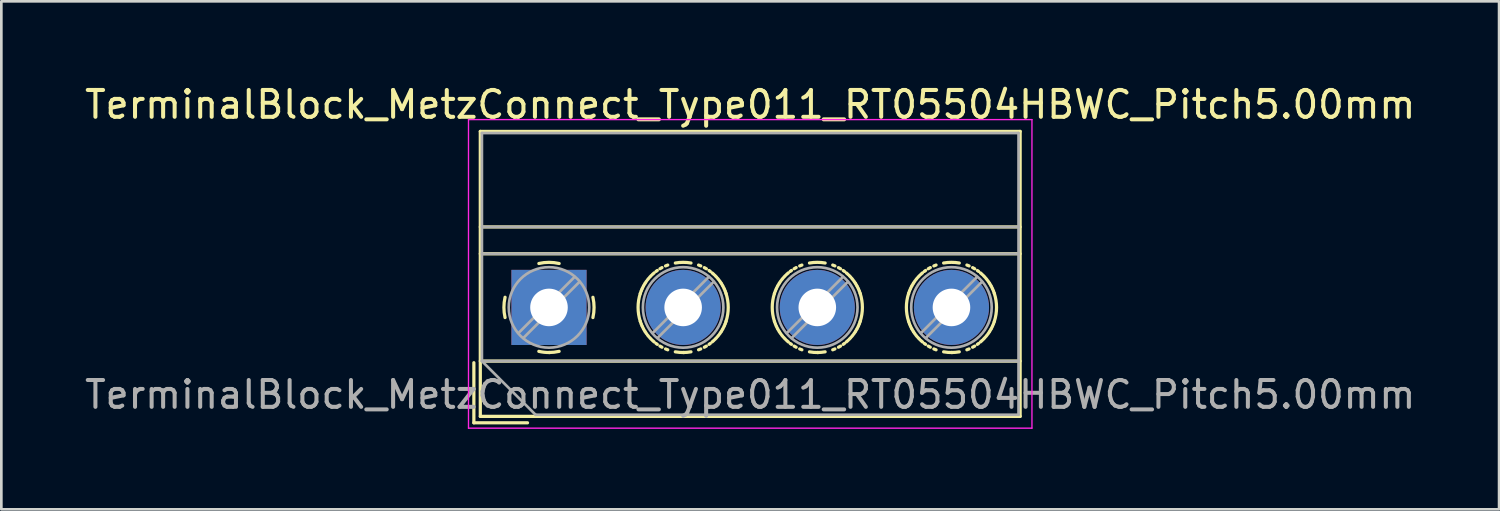
<source format=kicad_pcb>
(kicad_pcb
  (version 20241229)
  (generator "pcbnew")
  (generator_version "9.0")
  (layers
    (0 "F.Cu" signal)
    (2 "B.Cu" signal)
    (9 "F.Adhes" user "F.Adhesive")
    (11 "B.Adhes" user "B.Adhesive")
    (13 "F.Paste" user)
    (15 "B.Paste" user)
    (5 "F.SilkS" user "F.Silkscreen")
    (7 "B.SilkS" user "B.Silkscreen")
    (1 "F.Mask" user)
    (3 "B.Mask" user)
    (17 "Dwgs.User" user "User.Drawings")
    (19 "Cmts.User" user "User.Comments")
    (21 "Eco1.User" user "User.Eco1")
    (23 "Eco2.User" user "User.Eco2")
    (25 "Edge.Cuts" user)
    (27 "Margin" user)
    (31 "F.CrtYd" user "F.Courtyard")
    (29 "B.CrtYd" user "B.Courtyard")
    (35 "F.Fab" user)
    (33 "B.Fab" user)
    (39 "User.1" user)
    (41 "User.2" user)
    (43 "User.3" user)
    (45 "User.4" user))
  (footprint "TerminalBlock_MetzConnect_Type011_RT05504HBWC_Pitch5.00mm"
    (layer "F.Cu")
    (at 17.411 8.408)
    (property "Reference" "TerminalBlock_MetzConnect_Type011_RT05504HBWC_Pitch5.00mm" (at 7.5 -7.56 0) (layer "F.SilkS") (effects (font (size 1 1) (thickness 0.15))))
    (attr through_hole)
    (fp_line (start -2.8 2.06) (end -2.8 4.3) (stroke (width 0.12) (type solid)) (layer "F.SilkS"))
    (fp_line (start -2.8 4.3) (end -0.8 4.3) (stroke (width 0.12) (type solid)) (layer "F.SilkS"))
    (fp_line (start -2.56 -6.56) (end -2.56 4.06) (stroke (width 0.12) (type solid)) (layer "F.SilkS"))
    (fp_line (start -2.56 -3) (end 17.56 -3) (stroke (width 0.12) (type solid)) (layer "F.SilkS"))
    (fp_line (start -2.56 -2) (end 17.56 -2) (stroke (width 0.12) (type solid)) (layer "F.SilkS"))
    (fp_line (start -2.56 2) (end 17.56 2) (stroke (width 0.12) (type solid)) (layer "F.SilkS"))
    (fp_line (start -2.56 4.06) (end 17.56 4.06) (stroke (width 0.12) (type solid)) (layer "F.SilkS"))
    (fp_line (start 17.56 -6.56) (end -2.56 -6.56) (stroke (width 0.12) (type solid)) (layer "F.SilkS"))
    (fp_line (start 17.56 4.06) (end 17.56 -6.56) (stroke (width 0.12) (type solid)) (layer "F.SilkS"))
    (fp_arc (start -1.637469 0.376971) (mid -1.680301 -0.001041) (end -1.637 -0.379) (stroke (width 0.12) (type solid)) (layer "F.SilkS"))
    (fp_arc (start -0.376971 -1.637469) (mid 0.001041 -1.680301) (end 0.379 -1.637) (stroke (width 0.12) (type solid)) (layer "F.SilkS"))
    (fp_arc (start 0.028284 1.680063) (mid -0.176675 1.670987) (end -0.379 1.637) (stroke (width 0.12) (type solid)) (layer "F.SilkS"))
    (fp_arc (start 0.377918 1.636942) (mid 0.190182 1.669201) (end 0 1.68) (stroke (width 0.12) (type solid)) (layer "F.SilkS"))
    (fp_arc (start 1.63703 -0.377869) (mid 1.680075 0.000067) (end 1.637 0.378) (stroke (width 0.12) (type solid)) (layer "F.SilkS"))
    (fp_arc (start 3.402352 0.518004) (mid 3.320474 -0.001049) (end 3.403 -0.52) (stroke (width 0.12) (type solid)) (layer "F.SilkS"))
    (fp_arc (start 3.40259 -0.520111) (mid 3.416752 -0.561748) (end 3.432 -0.603) (stroke (width 0.12) (type solid)) (layer "F.SilkS"))
    (fp_arc (start 3.432351 0.601869) (mid 3.417133 0.560627) (end 3.403 0.519) (stroke (width 0.12) (type solid)) (layer "F.SilkS"))
    (fp_arc (start 3.443063 -0.630047) (mid 3.454296 -0.657124) (end 3.466 -0.684) (stroke (width 0.12) (type solid)) (layer "F.SilkS"))
    (fp_arc (start 3.465935 0.683955) (mid 3.454232 0.657078) (end 3.443 0.63) (stroke (width 0.12) (type solid)) (layer "F.SilkS"))
    (fp_arc (start 3.477739 -0.710304) (mid 3.496854 -0.749909) (end 3.517 -0.789) (stroke (width 0.12) (type solid)) (layer "F.SilkS"))
    (fp_arc (start 3.517244 0.788682) (mid 3.497107 0.749598) (end 3.478 0.71) (stroke (width 0.12) (type solid)) (layer "F.SilkS"))
    (fp_arc (start 3.53132 -0.815253) (mid 3.553164 -0.853419) (end 3.576 -0.891) (stroke (width 0.12) (type solid)) (layer "F.SilkS"))
    (fp_arc (start 3.575667 0.890765) (mid 3.552837 0.853175) (end 3.531 0.815) (stroke (width 0.12) (type solid)) (layer "F.SilkS"))
    (fp_arc (start 3.591155 -0.915521) (mid 3.615603 -0.952087) (end 3.641 -0.988) (stroke (width 0.12) (type solid)) (layer "F.SilkS"))
    (fp_arc (start 3.640818 0.987487) (mid 3.615435 0.95157) (end 3.591 0.915) (stroke (width 0.12) (type solid)) (layer "F.SilkS"))
    (fp_arc (start 3.677057 -1.035461) (mid 3.69533 -1.058392) (end 3.714 -1.081) (stroke (width 0.12) (type solid)) (layer "F.SilkS"))
    (fp_arc (start 3.712928 1.080576) (mid 3.694265 1.057949) (end 3.676 1.035) (stroke (width 0.12) (type solid)) (layer "F.SilkS"))
    (fp_arc (start 3.752399 -1.125248) (mid 3.782282 -1.157521) (end 3.813 -1.189) (stroke (width 0.12) (type solid)) (layer "F.SilkS"))
    (fp_arc (start 3.812536 1.187775) (mid 3.781851 1.156284) (end 3.752 1.124) (stroke (width 0.12) (type solid)) (layer "F.SilkS"))
    (fp_arc (start 3.85507 -1.229764) (mid 3.887654 -1.259313) (end 3.921 -1.288) (stroke (width 0.12) (type solid)) (layer "F.SilkS"))
    (fp_arc (start 3.92089 1.28724) (mid 3.887564 1.258551) (end 3.855 1.229) (stroke (width 0.12) (type solid)) (layer "F.SilkS"))
    (fp_arc (start 3.98953 -1.342553) (mid 4.013115 -1.359984) (end 4.037 -1.377) (stroke (width 0.12) (type solid)) (layer "F.SilkS"))
    (fp_arc (start 4.036451 1.376466) (mid 4.012575 1.35944) (end 3.989 1.342) (stroke (width 0.12) (type solid)) (layer "F.SilkS"))
    (fp_arc (start 4.135413 -1.440725) (mid 4.173423 -1.462864) (end 4.212 -1.484) (stroke (width 0.12) (type solid)) (layer "F.SilkS"))
    (fp_arc (start 4.211549 1.483297) (mid 4.172991 1.46215) (end 4.135 1.44) (stroke (width 0.12) (type solid)) (layer "F.SilkS"))
    (fp_arc (start 4.344148 -1.546795) (mid 4.384863 -1.563433) (end 4.426 -1.579) (stroke (width 0.12) (type solid)) (layer "F.SilkS"))
    (fp_arc (start 4.425863 1.579212) (mid 4.384721 1.563642) (end 4.344 1.547) (stroke (width 0.12) (type solid)) (layer "F.SilkS"))
    (fp_arc (start 4.708347 -1.655061) (mid 5.000176 -1.680562) (end 5.292 -1.655) (stroke (width 0.12) (type solid)) (layer "F.SilkS"))
    (fp_arc (start 5.029154 1.680309) (mid 4.867969 1.675367) (end 4.708 1.655) (stroke (width 0.12) (type solid)) (layer "F.SilkS"))
    (fp_arc (start 5.291729 1.654477) (mid 5.146422 1.673607) (end 5 1.68) (stroke (width 0.12) (type solid)) (layer "F.SilkS"))
    (fp_arc (start 5.575136 -1.579265) (mid 5.616279 -1.563669) (end 5.657 -1.547) (stroke (width 0.12) (type solid)) (layer "F.SilkS"))
    (fp_arc (start 5.65685 1.546743) (mid 5.616136 1.563407) (end 5.575 1.579) (stroke (width 0.12) (type solid)) (layer "F.SilkS"))
    (fp_arc (start 5.789449 -1.483349) (mid 5.828008 -1.462175) (end 5.866 -1.44) (stroke (width 0.12) (type solid)) (layer "F.SilkS"))
    (fp_arc (start 5.865585 1.440673) (mid 5.827576 1.462838) (end 5.789 1.484) (stroke (width 0.12) (type solid)) (layer "F.SilkS"))
    (fp_arc (start 5.964548 -1.376501) (mid 5.988425 -1.359458) (end 6.012 -1.342) (stroke (width 0.12) (type solid)) (layer "F.SilkS"))
    (fp_arc (start 6.011469 1.342518) (mid 5.987885 1.359966) (end 5.964 1.377) (stroke (width 0.12) (type solid)) (layer "F.SilkS"))
    (fp_arc (start 6.080109 -1.287293) (mid 6.113436 -1.258578) (end 6.146 -1.229) (stroke (width 0.12) (type solid)) (layer "F.SilkS"))
    (fp_arc (start 6.145876 1.228713) (mid 6.113319 1.258288) (end 6.08 1.287) (stroke (width 0.12) (type solid)) (layer "F.SilkS"))
    (fp_arc (start 6.18841 -1.188826) (mid 6.219123 -1.15731) (end 6.249 -1.125) (stroke (width 0.12) (type solid)) (layer "F.SilkS"))
    (fp_arc (start 6.248547 1.124197) (mid 6.218691 1.156495) (end 6.188 1.188) (stroke (width 0.12) (type solid)) (layer "F.SilkS"))
    (fp_arc (start 6.287072 -1.080576) (mid 6.305735 -1.057949) (end 6.324 -1.035) (stroke (width 0.12) (type solid)) (layer "F.SilkS"))
    (fp_arc (start 6.323907 1.034426) (mid 6.305652 1.057374) (end 6.287 1.08) (stroke (width 0.12) (type solid)) (layer "F.SilkS"))
    (fp_arc (start 6.36018 -0.98754) (mid 6.385565 -0.951596) (end 6.41 -0.915) (stroke (width 0.12) (type solid)) (layer "F.SilkS"))
    (fp_arc (start 6.409844 0.915469) (mid 6.385397 0.952061) (end 6.36 0.988) (stroke (width 0.12) (type solid)) (layer "F.SilkS"))
    (fp_arc (start 6.425332 -0.890817) (mid 6.448162 -0.853201) (end 6.47 -0.815) (stroke (width 0.12) (type solid)) (layer "F.SilkS"))
    (fp_arc (start 6.469678 0.8152) (mid 6.447835 0.853392) (end 6.425 0.891) (stroke (width 0.12) (type solid)) (layer "F.SilkS"))
    (fp_arc (start 6.483754 -0.788735) (mid 6.503892 -0.749624) (end 6.523 -0.71) (stroke (width 0.12) (type solid)) (layer "F.SilkS"))
    (fp_arc (start 6.523259 0.710252) (mid 6.504145 0.749883) (end 6.484 0.789) (stroke (width 0.12) (type solid)) (layer "F.SilkS"))
    (fp_arc (start 6.535064 -0.68399) (mid 6.546768 -0.657095) (end 6.558 -0.63) (stroke (width 0.12) (type solid)) (layer "F.SilkS"))
    (fp_arc (start 6.557936 0.630013) (mid 6.546704 0.657107) (end 6.535 0.684) (stroke (width 0.12) (type solid)) (layer "F.SilkS"))
    (fp_arc (start 6.568595 -0.60292) (mid 6.58384 -0.561652) (end 6.598 -0.52) (stroke (width 0.12) (type solid)) (layer "F.SilkS"))
    (fp_arc (start 6.598408 0.520058) (mid 6.584247 0.561721) (end 6.569 0.603) (stroke (width 0.12) (type solid)) (layer "F.SilkS"))
    (fp_arc (start 6.598457 -0.518592) (mid 6.680477 0.00074) (end 6.598 0.52) (stroke (width 0.12) (type solid)) (layer "F.SilkS"))
    (fp_arc (start 8.402352 0.518004) (mid 8.320474 -0.001049) (end 8.403 -0.52) (stroke (width 0.12) (type solid)) (layer "F.SilkS"))
    (fp_arc (start 8.40259 -0.520111) (mid 8.416752 -0.561748) (end 8.432 -0.603) (stroke (width 0.12) (type solid)) (layer "F.SilkS"))
    (fp_arc (start 8.432351 0.601869) (mid 8.417133 0.560627) (end 8.403 0.519) (stroke (width 0.12) (type solid)) (layer "F.SilkS"))
    (fp_arc (start 8.443063 -0.630047) (mid 8.454296 -0.657124) (end 8.466 -0.684) (stroke (width 0.12) (type solid)) (layer "F.SilkS"))
    (fp_arc (start 8.465935 0.683955) (mid 8.454232 0.657078) (end 8.443 0.63) (stroke (width 0.12) (type solid)) (layer "F.SilkS"))
    (fp_arc (start 8.477739 -0.710304) (mid 8.496854 -0.749909) (end 8.517 -0.789) (stroke (width 0.12) (type solid)) (layer "F.SilkS"))
    (fp_arc (start 8.517244 0.788682) (mid 8.497107 0.749598) (end 8.478 0.71) (stroke (width 0.12) (type solid)) (layer "F.SilkS"))
    (fp_arc (start 8.53132 -0.815253) (mid 8.553164 -0.853419) (end 8.576 -0.891) (stroke (width 0.12) (type solid)) (layer "F.SilkS"))
    (fp_arc (start 8.575667 0.890765) (mid 8.552837 0.853175) (end 8.531 0.815) (stroke (width 0.12) (type solid)) (layer "F.SilkS"))
    (fp_arc (start 8.591155 -0.915521) (mid 8.615603 -0.952087) (end 8.641 -0.988) (stroke (width 0.12) (type solid)) (layer "F.SilkS"))
    (fp_arc (start 8.640818 0.987487) (mid 8.615435 0.95157) (end 8.591 0.915) (stroke (width 0.12) (type solid)) (layer "F.SilkS"))
    (fp_arc (start 8.677057 -1.035461) (mid 8.69533 -1.058392) (end 8.714 -1.081) (stroke (width 0.12) (type solid)) (layer "F.SilkS"))
    (fp_arc (start 8.712928 1.080576) (mid 8.694265 1.057949) (end 8.676 1.035) (stroke (width 0.12) (type solid)) (layer "F.SilkS"))
    (fp_arc (start 8.752399 -1.125248) (mid 8.782282 -1.157521) (end 8.813 -1.189) (stroke (width 0.12) (type solid)) (layer "F.SilkS"))
    (fp_arc (start 8.812536 1.187775) (mid 8.781851 1.156284) (end 8.752 1.124) (stroke (width 0.12) (type solid)) (layer "F.SilkS"))
    (fp_arc (start 8.85507 -1.229764) (mid 8.887654 -1.259313) (end 8.921 -1.288) (stroke (width 0.12) (type solid)) (layer "F.SilkS"))
    (fp_arc (start 8.92089 1.28724) (mid 8.887564 1.258551) (end 8.855 1.229) (stroke (width 0.12) (type solid)) (layer "F.SilkS"))
    (fp_arc (start 8.98953 -1.342553) (mid 9.013115 -1.359984) (end 9.037 -1.377) (stroke (width 0.12) (type solid)) (layer "F.SilkS"))
    (fp_arc (start 9.036451 1.376466) (mid 9.012575 1.35944) (end 8.989 1.342) (stroke (width 0.12) (type solid)) (layer "F.SilkS"))
    (fp_arc (start 9.135413 -1.440725) (mid 9.173423 -1.462864) (end 9.212 -1.484) (stroke (width 0.12) (type solid)) (layer "F.SilkS"))
    (fp_arc (start 9.211549 1.483297) (mid 9.172991 1.46215) (end 9.135 1.44) (stroke (width 0.12) (type solid)) (layer "F.SilkS"))
    (fp_arc (start 9.344148 -1.546795) (mid 9.384863 -1.563433) (end 9.426 -1.579) (stroke (width 0.12) (type solid)) (layer "F.SilkS"))
    (fp_arc (start 9.425863 1.579212) (mid 9.384721 1.563642) (end 9.344 1.547) (stroke (width 0.12) (type solid)) (layer "F.SilkS"))
    (fp_arc (start 9.708347 -1.655061) (mid 10.000176 -1.680562) (end 10.292 -1.655) (stroke (width 0.12) (type solid)) (layer "F.SilkS"))
    (fp_arc (start 10.029154 1.680309) (mid 9.867969 1.675367) (end 9.708 1.655) (stroke (width 0.12) (type solid)) (layer "F.SilkS"))
    (fp_arc (start 10.291729 1.654477) (mid 10.146422 1.673607) (end 10 1.68) (stroke (width 0.12) (type solid)) (layer "F.SilkS"))
    (fp_arc (start 10.575136 -1.579265) (mid 10.616279 -1.563669) (end 10.657 -1.547) (stroke (width 0.12) (type solid)) (layer "F.SilkS"))
    (fp_arc (start 10.65685 1.546743) (mid 10.616136 1.563407) (end 10.575 1.579) (stroke (width 0.12) (type solid)) (layer "F.SilkS"))
    (fp_arc (start 10.789449 -1.483349) (mid 10.828008 -1.462175) (end 10.866 -1.44) (stroke (width 0.12) (type solid)) (layer "F.SilkS"))
    (fp_arc (start 10.865585 1.440673) (mid 10.827576 1.462838) (end 10.789 1.484) (stroke (width 0.12) (type solid)) (layer "F.SilkS"))
    (fp_arc (start 10.964548 -1.376501) (mid 10.988425 -1.359458) (end 11.012 -1.342) (stroke (width 0.12) (type solid)) (layer "F.SilkS"))
    (fp_arc (start 11.011469 1.342518) (mid 10.987885 1.359966) (end 10.964 1.377) (stroke (width 0.12) (type solid)) (layer "F.SilkS"))
    (fp_arc (start 11.080109 -1.287293) (mid 11.113436 -1.258578) (end 11.146 -1.229) (stroke (width 0.12) (type solid)) (layer "F.SilkS"))
    (fp_arc (start 11.145876 1.228713) (mid 11.113319 1.258288) (end 11.08 1.287) (stroke (width 0.12) (type solid)) (layer "F.SilkS"))
    (fp_arc (start 11.18841 -1.188826) (mid 11.219123 -1.15731) (end 11.249 -1.125) (stroke (width 0.12) (type solid)) (layer "F.SilkS"))
    (fp_arc (start 11.248547 1.124197) (mid 11.218691 1.156495) (end 11.188 1.188) (stroke (width 0.12) (type solid)) (layer "F.SilkS"))
    (fp_arc (start 11.287072 -1.080576) (mid 11.305735 -1.057949) (end 11.324 -1.035) (stroke (width 0.12) (type solid)) (layer "F.SilkS"))
    (fp_arc (start 11.323907 1.034426) (mid 11.305652 1.057374) (end 11.287 1.08) (stroke (width 0.12) (type solid)) (layer "F.SilkS"))
    (fp_arc (start 11.36018 -0.98754) (mid 11.385565 -0.951596) (end 11.41 -0.915) (stroke (width 0.12) (type solid)) (layer "F.SilkS"))
    (fp_arc (start 11.409844 0.915469) (mid 11.385397 0.952061) (end 11.36 0.988) (stroke (width 0.12) (type solid)) (layer "F.SilkS"))
    (fp_arc (start 11.425332 -0.890817) (mid 11.448162 -0.853201) (end 11.47 -0.815) (stroke (width 0.12) (type solid)) (layer "F.SilkS"))
    (fp_arc (start 11.469678 0.8152) (mid 11.447835 0.853392) (end 11.425 0.891) (stroke (width 0.12) (type solid)) (layer "F.SilkS"))
    (fp_arc (start 11.483754 -0.788735) (mid 11.503892 -0.749624) (end 11.523 -0.71) (stroke (width 0.12) (type solid)) (layer "F.SilkS"))
    (fp_arc (start 11.523259 0.710252) (mid 11.504145 0.749883) (end 11.484 0.789) (stroke (width 0.12) (type solid)) (layer "F.SilkS"))
    (fp_arc (start 11.535064 -0.68399) (mid 11.546768 -0.657095) (end 11.558 -0.63) (stroke (width 0.12) (type solid)) (layer "F.SilkS"))
    (fp_arc (start 11.557936 0.630013) (mid 11.546704 0.657107) (end 11.535 0.684) (stroke (width 0.12) (type solid)) (layer "F.SilkS"))
    (fp_arc (start 11.568595 -0.60292) (mid 11.58384 -0.561652) (end 11.598 -0.52) (stroke (width 0.12) (type solid)) (layer "F.SilkS"))
    (fp_arc (start 11.598408 0.520058) (mid 11.584247 0.561721) (end 11.569 0.603) (stroke (width 0.12) (type solid)) (layer "F.SilkS"))
    (fp_arc (start 11.598457 -0.518592) (mid 11.680477 0.00074) (end 11.598 0.52) (stroke (width 0.12) (type solid)) (layer "F.SilkS"))
    (fp_arc (start 13.402352 0.518004) (mid 13.320474 -0.001049) (end 13.403 -0.52) (stroke (width 0.12) (type solid)) (layer "F.SilkS"))
    (fp_arc (start 13.40259 -0.520111) (mid 13.416752 -0.561748) (end 13.432 -0.603) (stroke (width 0.12) (type solid)) (layer "F.SilkS"))
    (fp_arc (start 13.432351 0.601869) (mid 13.417133 0.560627) (end 13.403 0.519) (stroke (width 0.12) (type solid)) (layer "F.SilkS"))
    (fp_arc (start 13.443063 -0.630047) (mid 13.454296 -0.657124) (end 13.466 -0.684) (stroke (width 0.12) (type solid)) (layer "F.SilkS"))
    (fp_arc (start 13.465935 0.683955) (mid 13.454232 0.657078) (end 13.443 0.63) (stroke (width 0.12) (type solid)) (layer "F.SilkS"))
    (fp_arc (start 13.477739 -0.710304) (mid 13.496854 -0.749909) (end 13.517 -0.789) (stroke (width 0.12) (type solid)) (layer "F.SilkS"))
    (fp_arc (start 13.517244 0.788682) (mid 13.497107 0.749598) (end 13.478 0.71) (stroke (width 0.12) (type solid)) (layer "F.SilkS"))
    (fp_arc (start 13.53132 -0.815253) (mid 13.553164 -0.853419) (end 13.576 -0.891) (stroke (width 0.12) (type solid)) (layer "F.SilkS"))
    (fp_arc (start 13.575667 0.890765) (mid 13.552837 0.853175) (end 13.531 0.815) (stroke (width 0.12) (type solid)) (layer "F.SilkS"))
    (fp_arc (start 13.591155 -0.915521) (mid 13.615603 -0.952087) (end 13.641 -0.988) (stroke (width 0.12) (type solid)) (layer "F.SilkS"))
    (fp_arc (start 13.640818 0.987487) (mid 13.615435 0.95157) (end 13.591 0.915) (stroke (width 0.12) (type solid)) (layer "F.SilkS"))
    (fp_arc (start 13.677057 -1.035461) (mid 13.69533 -1.058392) (end 13.714 -1.081) (stroke (width 0.12) (type solid)) (layer "F.SilkS"))
    (fp_arc (start 13.712928 1.080576) (mid 13.694265 1.057949) (end 13.676 1.035) (stroke (width 0.12) (type solid)) (layer "F.SilkS"))
    (fp_arc (start 13.752399 -1.125248) (mid 13.782282 -1.157521) (end 13.813 -1.189) (stroke (width 0.12) (type solid)) (layer "F.SilkS"))
    (fp_arc (start 13.812536 1.187775) (mid 13.781851 1.156284) (end 13.752 1.124) (stroke (width 0.12) (type solid)) (layer "F.SilkS"))
    (fp_arc (start 13.85507 -1.229764) (mid 13.887654 -1.259313) (end 13.921 -1.288) (stroke (width 0.12) (type solid)) (layer "F.SilkS"))
    (fp_arc (start 13.92089 1.28724) (mid 13.887564 1.258551) (end 13.855 1.229) (stroke (width 0.12) (type solid)) (layer "F.SilkS"))
    (fp_arc (start 13.98953 -1.342553) (mid 14.013115 -1.359984) (end 14.037 -1.377) (stroke (width 0.12) (type solid)) (layer "F.SilkS"))
    (fp_arc (start 14.036451 1.376466) (mid 14.012575 1.35944) (end 13.989 1.342) (stroke (width 0.12) (type solid)) (layer "F.SilkS"))
    (fp_arc (start 14.135413 -1.440725) (mid 14.173423 -1.462864) (end 14.212 -1.484) (stroke (width 0.12) (type solid)) (layer "F.SilkS"))
    (fp_arc (start 14.211549 1.483297) (mid 14.172991 1.46215) (end 14.135 1.44) (stroke (width 0.12) (type solid)) (layer "F.SilkS"))
    (fp_arc (start 14.344148 -1.546795) (mid 14.384863 -1.563433) (end 14.426 -1.579) (stroke (width 0.12) (type solid)) (layer "F.SilkS"))
    (fp_arc (start 14.425863 1.579212) (mid 14.384721 1.563642) (end 14.344 1.547) (stroke (width 0.12) (type solid)) (layer "F.SilkS"))
    (fp_arc (start 14.708347 -1.655061) (mid 15.000176 -1.680562) (end 15.292 -1.655) (stroke (width 0.12) (type solid)) (layer "F.SilkS"))
    (fp_arc (start 15.029154 1.680309) (mid 14.867969 1.675367) (end 14.708 1.655) (stroke (width 0.12) (type solid)) (layer "F.SilkS"))
    (fp_arc (start 15.291729 1.654477) (mid 15.146422 1.673607) (end 15 1.68) (stroke (width 0.12) (type solid)) (layer "F.SilkS"))
    (fp_arc (start 15.575136 -1.579265) (mid 15.616279 -1.563669) (end 15.657 -1.547) (stroke (width 0.12) (type solid)) (layer "F.SilkS"))
    (fp_arc (start 15.65685 1.546743) (mid 15.616136 1.563407) (end 15.575 1.579) (stroke (width 0.12) (type solid)) (layer "F.SilkS"))
    (fp_arc (start 15.789449 -1.483349) (mid 15.828008 -1.462175) (end 15.866 -1.44) (stroke (width 0.12) (type solid)) (layer "F.SilkS"))
    (fp_arc (start 15.865585 1.440673) (mid 15.827576 1.462838) (end 15.789 1.484) (stroke (width 0.12) (type solid)) (layer "F.SilkS"))
    (fp_arc (start 15.964548 -1.376501) (mid 15.988425 -1.359458) (end 16.012 -1.342) (stroke (width 0.12) (type solid)) (layer "F.SilkS"))
    (fp_arc (start 16.011469 1.342518) (mid 15.987885 1.359966) (end 15.964 1.377) (stroke (width 0.12) (type solid)) (layer "F.SilkS"))
    (fp_arc (start 16.080109 -1.287293) (mid 16.113436 -1.258578) (end 16.146 -1.229) (stroke (width 0.12) (type solid)) (layer "F.SilkS"))
    (fp_arc (start 16.145876 1.228713) (mid 16.113319 1.258288) (end 16.08 1.287) (stroke (width 0.12) (type solid)) (layer "F.SilkS"))
    (fp_arc (start 16.18841 -1.188826) (mid 16.219123 -1.15731) (end 16.249 -1.125) (stroke (width 0.12) (type solid)) (layer "F.SilkS"))
    (fp_arc (start 16.248547 1.124197) (mid 16.218691 1.156495) (end 16.188 1.188) (stroke (width 0.12) (type solid)) (layer "F.SilkS"))
    (fp_arc (start 16.287072 -1.080576) (mid 16.305735 -1.057949) (end 16.324 -1.035) (stroke (width 0.12) (type solid)) (layer "F.SilkS"))
    (fp_arc (start 16.323907 1.034426) (mid 16.305652 1.057374) (end 16.287 1.08) (stroke (width 0.12) (type solid)) (layer "F.SilkS"))
    (fp_arc (start 16.36018 -0.98754) (mid 16.385565 -0.951596) (end 16.41 -0.915) (stroke (width 0.12) (type solid)) (layer "F.SilkS"))
    (fp_arc (start 16.409844 0.915469) (mid 16.385397 0.952061) (end 16.36 0.988) (stroke (width 0.12) (type solid)) (layer "F.SilkS"))
    (fp_arc (start 16.425332 -0.890817) (mid 16.448162 -0.853201) (end 16.47 -0.815) (stroke (width 0.12) (type solid)) (layer "F.SilkS"))
    (fp_arc (start 16.469678 0.8152) (mid 16.447835 0.853392) (end 16.425 0.891) (stroke (width 0.12) (type solid)) (layer "F.SilkS"))
    (fp_arc (start 16.483754 -0.788735) (mid 16.503892 -0.749624) (end 16.523 -0.71) (stroke (width 0.12) (type solid)) (layer "F.SilkS"))
    (fp_arc (start 16.523259 0.710252) (mid 16.504145 0.749883) (end 16.484 0.789) (stroke (width 0.12) (type solid)) (layer "F.SilkS"))
    (fp_arc (start 16.535064 -0.68399) (mid 16.546768 -0.657095) (end 16.558 -0.63) (stroke (width 0.12) (type solid)) (layer "F.SilkS"))
    (fp_arc (start 16.557936 0.630013) (mid 16.546704 0.657107) (end 16.535 0.684) (stroke (width 0.12) (type solid)) (layer "F.SilkS"))
    (fp_arc (start 16.568595 -0.60292) (mid 16.58384 -0.561652) (end 16.598 -0.52) (stroke (width 0.12) (type solid)) (layer "F.SilkS"))
    (fp_arc (start 16.598408 0.520058) (mid 16.584247 0.561721) (end 16.569 0.603) (stroke (width 0.12) (type solid)) (layer "F.SilkS"))
    (fp_arc (start 16.598457 -0.518592) (mid 16.680477 0.00074) (end 16.598 0.52) (stroke (width 0.12) (type solid)) (layer "F.SilkS"))
    (fp_line (start -3 -7) (end -3 4.5) (stroke (width 0.05) (type solid)) (layer "F.CrtYd"))
    (fp_line (start -3 4.5) (end 18 4.5) (stroke (width 0.05) (type solid)) (layer "F.CrtYd"))
    (fp_line (start 18 -7) (end -3 -7) (stroke (width 0.05) (type solid)) (layer "F.CrtYd"))
    (fp_line (start 18 4.5) (end 18 -7) (stroke (width 0.05) (type solid)) (layer "F.CrtYd"))
    (fp_line (start -2.5 -6.5) (end 17.5 -6.5) (stroke (width 0.1) (type solid)) (layer "F.Fab"))
    (fp_line (start -2.5 -3) (end 17.5 -3) (stroke (width 0.1) (type solid)) (layer "F.Fab"))
    (fp_line (start -2.5 -2) (end 17.5 -2) (stroke (width 0.1) (type solid)) (layer "F.Fab"))
    (fp_line (start -2.5 2) (end -2.5 -6.5) (stroke (width 0.1) (type solid)) (layer "F.Fab"))
    (fp_line (start -2.5 2) (end 17.5 2) (stroke (width 0.1) (type solid)) (layer "F.Fab"))
    (fp_line (start -0.5 4) (end -2.5 2) (stroke (width 0.1) (type solid)) (layer "F.Fab"))
    (fp_line (start 0.955 -1.138) (end -1.138 0.955) (stroke (width 0.1) (type solid)) (layer "F.Fab"))
    (fp_line (start 1.138 -0.955) (end -0.955 1.138) (stroke (width 0.1) (type solid)) (layer "F.Fab"))
    (fp_line (start 5.955 -1.138) (end 3.863 0.955) (stroke (width 0.1) (type solid)) (layer "F.Fab"))
    (fp_line (start 6.138 -0.955) (end 4.046 1.138) (stroke (width 0.1) (type solid)) (layer "F.Fab"))
    (fp_line (start 10.955 -1.138) (end 8.863 0.955) (stroke (width 0.1) (type solid)) (layer "F.Fab"))
    (fp_line (start 11.138 -0.955) (end 9.046 1.138) (stroke (width 0.1) (type solid)) (layer "F.Fab"))
    (fp_line (start 15.955 -1.138) (end 13.863 0.955) (stroke (width 0.1) (type solid)) (layer "F.Fab"))
    (fp_line (start 16.138 -0.955) (end 14.046 1.138) (stroke (width 0.1) (type solid)) (layer "F.Fab"))
    (fp_line (start 17.5 -6.5) (end 17.5 4) (stroke (width 0.1) (type solid)) (layer "F.Fab"))
    (fp_line (start 17.5 4) (end -0.5 4) (stroke (width 0.1) (type solid)) (layer "F.Fab"))
    (fp_circle (center 0 0) (end 1.5 0) (stroke (width 0.1) (type solid)) (fill no) (layer "F.Fab"))
    (fp_circle (center 5 0) (end 6.5 0) (stroke (width 0.1) (type solid)) (fill no) (layer "F.Fab"))
    (fp_circle (center 10 0) (end 11.5 0) (stroke (width 0.1) (type solid)) (fill no) (layer "F.Fab"))
    (fp_circle (center 15 0) (end 16.5 0) (stroke (width 0.1) (type solid)) (fill no) (layer "F.Fab"))
    (fp_text user "${REFERENCE}" (at 7.5 3.25 0) (layer "F.Fab") (effects (font (size 1 1) (thickness 0.15))))
    (pad "1" thru_hole rect (at 0 0) (size 2.8 2.8) (drill 1.4) (layers "*.Cu" "*.Mask"))
    (pad "2" thru_hole circle (at 5 0) (size 2.8 2.8) (drill 1.4) (layers "*.Cu" "*.Mask"))
    (pad "3" thru_hole circle (at 10 0) (size 2.8 2.8) (drill 1.4) (layers "*.Cu" "*.Mask"))
    (pad "4" thru_hole circle (at 15 0) (size 2.8 2.8) (drill 1.4) (layers "*.Cu" "*.Mask")))
  (gr_rect
    (start -3 -3)
    (end 52.821 15.933)
    (stroke (width 0.1) (type default))
    (fill no)
    (layer "Edge.Cuts")))
</source>
